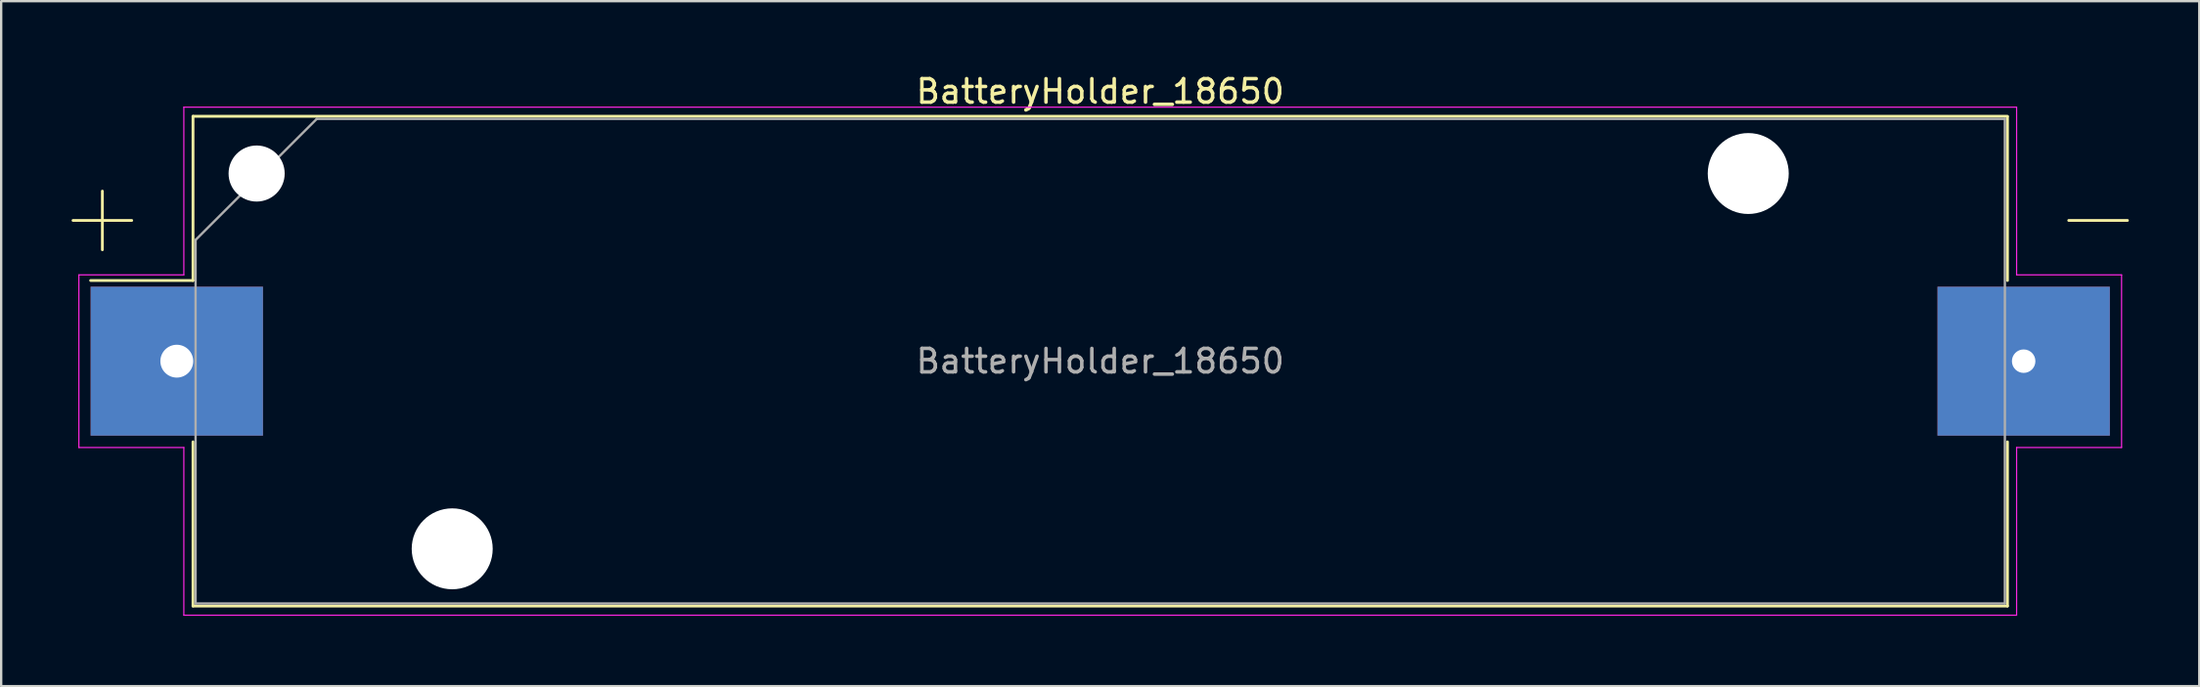
<source format=kicad_pcb>
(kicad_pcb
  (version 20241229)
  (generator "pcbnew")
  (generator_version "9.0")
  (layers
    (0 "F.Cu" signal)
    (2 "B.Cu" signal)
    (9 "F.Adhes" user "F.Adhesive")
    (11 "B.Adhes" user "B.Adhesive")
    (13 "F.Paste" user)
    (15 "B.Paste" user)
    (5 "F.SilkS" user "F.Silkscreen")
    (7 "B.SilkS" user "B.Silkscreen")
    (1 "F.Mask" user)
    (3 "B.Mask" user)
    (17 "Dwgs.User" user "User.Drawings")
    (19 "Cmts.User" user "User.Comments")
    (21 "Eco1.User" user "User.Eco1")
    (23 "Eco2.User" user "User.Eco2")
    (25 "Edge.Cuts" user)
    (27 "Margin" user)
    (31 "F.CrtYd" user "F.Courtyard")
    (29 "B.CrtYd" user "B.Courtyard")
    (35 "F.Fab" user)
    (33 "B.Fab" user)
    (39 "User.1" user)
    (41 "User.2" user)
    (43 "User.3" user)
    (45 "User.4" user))
  (footprint "BatteryHolder_18650"
    (layer "F.Cu")
    (at 43.81 12.348)
    (property "Reference" "BatteryHolder_18650" (at 0 -11.5 0) (layer "F.SilkS") (effects (font (size 1 1) (thickness 0.15))))
    (attr smd)
    (fp_line (start -43.75 -6) (end -41.25 -6) (stroke (width 0.12) (type solid)) (layer "F.SilkS"))
    (fp_line (start -42.5 -4.75) (end -42.5 -7.25) (stroke (width 0.12) (type solid)) (layer "F.SilkS"))
    (fp_line (start -38.64 -10.44) (end -38.64 -3.44) (stroke (width 0.12) (type solid)) (layer "F.SilkS"))
    (fp_line (start -38.64 -3.44) (end -43 -3.44) (stroke (width 0.12) (type solid)) (layer "F.SilkS"))
    (fp_line (start -38.64 10.44) (end -38.64 3.44) (stroke (width 0.12) (type solid)) (layer "F.SilkS"))
    (fp_line (start 38.64 -10.44) (end -38.64 -10.44) (stroke (width 0.12) (type solid)) (layer "F.SilkS"))
    (fp_line (start 38.64 -3.44) (end 38.64 -10.42) (stroke (width 0.12) (type solid)) (layer "F.SilkS"))
    (fp_line (start 38.64 3.44) (end 38.64 10.44) (stroke (width 0.12) (type solid)) (layer "F.SilkS"))
    (fp_line (start 38.64 10.44) (end -38.64 10.44) (stroke (width 0.12) (type solid)) (layer "F.SilkS"))
    (fp_line (start 43.75 -6) (end 41.25 -6) (stroke (width 0.12) (type solid)) (layer "F.SilkS"))
    (fp_line (start -43.5 -3.68) (end -39.03 -3.68) (stroke (width 0.05) (type solid)) (layer "F.CrtYd"))
    (fp_line (start -43.5 3.68) (end -43.5 -3.68) (stroke (width 0.05) (type solid)) (layer "F.CrtYd"))
    (fp_line (start -39.03 -10.83) (end -39.03 -3.68) (stroke (width 0.05) (type solid)) (layer "F.CrtYd"))
    (fp_line (start -39.03 -10.83) (end 39.03 -10.83) (stroke (width 0.05) (type solid)) (layer "F.CrtYd"))
    (fp_line (start -39.03 3.68) (end -43.5 3.68) (stroke (width 0.05) (type solid)) (layer "F.CrtYd"))
    (fp_line (start -39.03 10.83) (end -39.03 3.68) (stroke (width 0.05) (type solid)) (layer "F.CrtYd"))
    (fp_line (start -39.03 10.83) (end 39.03 10.83) (stroke (width 0.05) (type solid)) (layer "F.CrtYd"))
    (fp_line (start 39.03 -10.83) (end 39.03 -3.68) (stroke (width 0.05) (type solid)) (layer "F.CrtYd"))
    (fp_line (start 39.03 3.68) (end 43.5 3.68) (stroke (width 0.05) (type solid)) (layer "F.CrtYd"))
    (fp_line (start 39.03 10.83) (end 39.03 3.68) (stroke (width 0.05) (type solid)) (layer "F.CrtYd"))
    (fp_line (start 43.5 -3.68) (end 39.03 -3.68) (stroke (width 0.05) (type solid)) (layer "F.CrtYd"))
    (fp_line (start 43.5 3.68) (end 43.5 -3.68) (stroke (width 0.05) (type solid)) (layer "F.CrtYd"))
    (fp_line (start -38.53 -5.168) (end -38.53 10.33) (stroke (width 0.1) (type solid)) (layer "F.Fab"))
    (fp_line (start -38.53 10.33) (end 38.53 10.33) (stroke (width 0.1) (type solid)) (layer "F.Fab"))
    (fp_line (start -33.367 -10.33) (end -38.53 -5.168) (stroke (width 0.1) (type solid)) (layer "F.Fab"))
    (fp_line (start -33.367 -10.33) (end 38.53 -10.33) (stroke (width 0.1) (type solid)) (layer "F.Fab"))
    (fp_line (start 38.53 -10.33) (end 38.53 10.33) (stroke (width 0.1) (type solid)) (layer "F.Fab"))
    (fp_text user "${REFERENCE}" (at 0 0 0) (layer "F.Fab") (effects (font (size 1 1) (thickness 0.15))))
    (pad "" np_thru_hole circle (at -35.93 -8) (size 2.39 2.39) (drill 2.39) (layers "*.Cu" "*.Mask"))
    (pad "" np_thru_hole circle (at -27.6 8) (size 3.45 3.45) (drill 3.45) (layers "*.Cu" "*.Mask"))
    (pad "" np_thru_hole circle (at 27.6 -8) (size 3.45 3.45) (drill 3.45) (layers "*.Cu" "*.Mask"))
    (pad "1" thru_hole rect (at -39.33 0) (size 7.34 6.35) (drill 1.4) (layers "*.Cu" "*.Mask"))
    (pad "2" thru_hole rect (at 39.33 0) (size 7.34 6.35) (drill 1) (layers "*.Cu" "*.Mask")))
  (gr_rect
    (start -3 -3)
    (end 90.62 26.203)
    (stroke (width 0.1) (type default))
    (fill no)
    (layer "Edge.Cuts")))
</source>
